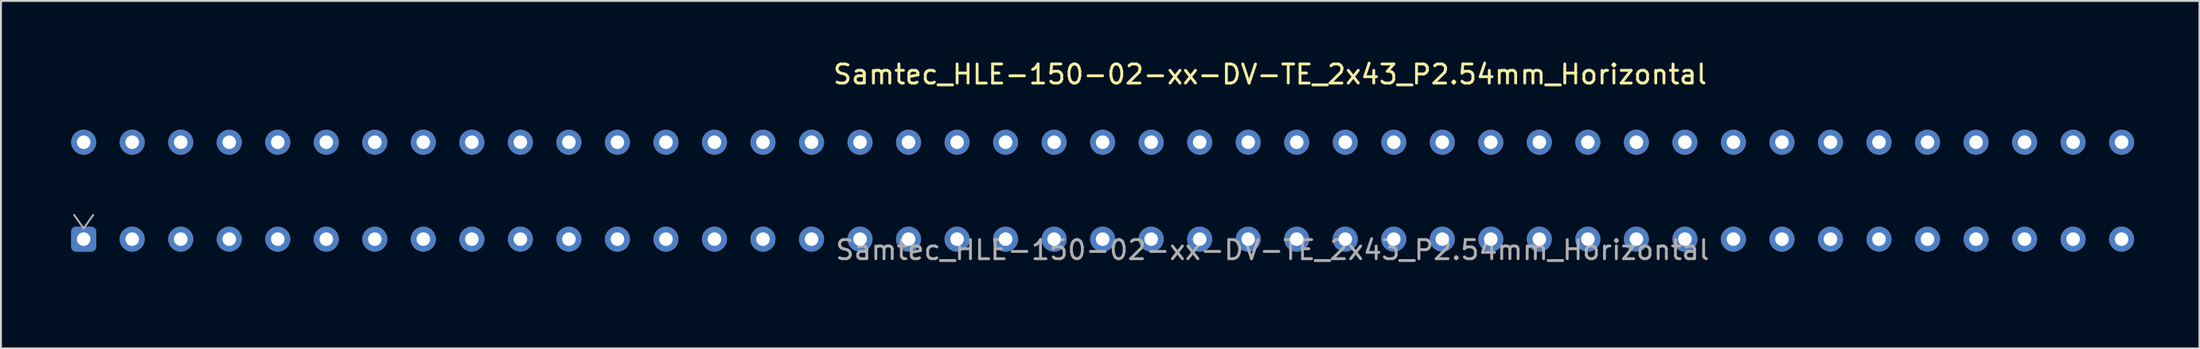
<source format=kicad_pcb>
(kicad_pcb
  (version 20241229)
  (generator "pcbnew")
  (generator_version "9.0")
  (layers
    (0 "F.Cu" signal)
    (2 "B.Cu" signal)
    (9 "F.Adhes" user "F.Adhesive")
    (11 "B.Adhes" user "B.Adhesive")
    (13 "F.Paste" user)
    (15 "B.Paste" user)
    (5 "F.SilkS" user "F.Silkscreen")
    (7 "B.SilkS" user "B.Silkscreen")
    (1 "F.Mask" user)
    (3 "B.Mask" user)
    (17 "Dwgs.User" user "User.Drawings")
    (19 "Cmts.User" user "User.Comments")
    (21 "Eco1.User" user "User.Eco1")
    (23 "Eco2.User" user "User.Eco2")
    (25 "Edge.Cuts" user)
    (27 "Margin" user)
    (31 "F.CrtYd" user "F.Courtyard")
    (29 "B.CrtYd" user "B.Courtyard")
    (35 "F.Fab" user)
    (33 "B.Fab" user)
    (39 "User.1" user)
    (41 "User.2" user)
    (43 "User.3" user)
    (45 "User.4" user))
  (footprint "Samtec_HLE-150-02-xx-DV-TE_2x43_P2.54mm_Horizontal"
    (layer "F.Cu")
    (at 1.33 6.944)
    (property "Reference" "Samtec_HLE-150-02-xx-DV-TE_2x43_P2.54mm_Horizontal" (at 62.103 -6.096 0) (layer "F.SilkS") (effects (font (size 1 1) (thickness 0.15))))
    (attr through_hole)
    (fp_line (start -1.27 -5.08) (end -1.27 5.207) (stroke (width 0.12) (type solid)) (layer "B.Paste"))
    (fp_line (start -1.27 -5.08) (end -1.27 5.207) (stroke (width 0.12) (type solid)) (layer "B.Paste"))
    (fp_line (start -1.27 5.207) (end 107.696 5.08) (stroke (width 0.12) (type solid)) (layer "B.Paste"))
    (fp_line (start 107.696 -5.08) (end -1.27 -5.08) (stroke (width 0.12) (type solid)) (layer "B.Paste"))
    (fp_line (start 107.696 5.08) (end 107.696 -5.08) (stroke (width 0.12) (type solid)) (layer "B.Paste"))
    (fp_line (start 107.696 5.08) (end 107.696 -5.08) (stroke (width 0.12) (type solid)) (layer "B.Paste"))
    (fp_line (start -0.5 1.27) (end 0 1.977) (stroke (width 0.1) (type solid)) (layer "F.Fab"))
    (fp_line (start 0 1.977) (end 0.5 1.27) (stroke (width 0.1) (type solid)) (layer "F.Fab"))
    (fp_text user "${REFERENCE}" (at 62.23 3.11 0) (layer "F.Fab") (effects (font (size 1 1) (thickness 0.15))))
    (pad "1" thru_hole roundrect (at 0 2.54) (size 1.31 1.31) (drill 0.71) (layers "*.Cu" "*.Mask") (roundrect_rratio 0.191))
    (pad "2" thru_hole circle (at 0 -2.54) (size 1.31 1.31) (drill 0.71) (layers "*.Cu" "*.Mask"))
    (pad "3" thru_hole circle (at 2.54 2.54) (size 1.31 1.31) (drill 0.71) (layers "*.Cu" "*.Mask"))
    (pad "4" thru_hole circle (at 2.54 -2.54) (size 1.31 1.31) (drill 0.71) (layers "*.Cu" "*.Mask"))
    (pad "5" thru_hole circle (at 5.08 2.54) (size 1.31 1.31) (drill 0.71) (layers "*.Cu" "*.Mask"))
    (pad "6" thru_hole circle (at 5.08 -2.54) (size 1.31 1.31) (drill 0.71) (layers "*.Cu" "*.Mask"))
    (pad "7" thru_hole circle (at 7.62 2.54) (size 1.31 1.31) (drill 0.71) (layers "*.Cu" "*.Mask"))
    (pad "8" thru_hole circle (at 7.62 -2.54) (size 1.31 1.31) (drill 0.71) (layers "*.Cu" "*.Mask"))
    (pad "9" thru_hole circle (at 10.16 2.54) (size 1.31 1.31) (drill 0.71) (layers "*.Cu" "*.Mask"))
    (pad "10" thru_hole circle (at 10.16 -2.54) (size 1.31 1.31) (drill 0.71) (layers "*.Cu" "*.Mask"))
    (pad "11" thru_hole circle (at 12.7 2.54) (size 1.31 1.31) (drill 0.71) (layers "*.Cu" "*.Mask"))
    (pad "12" thru_hole circle (at 12.7 -2.54) (size 1.31 1.31) (drill 0.71) (layers "*.Cu" "*.Mask"))
    (pad "13" thru_hole circle (at 15.24 2.54) (size 1.31 1.31) (drill 0.71) (layers "*.Cu" "*.Mask"))
    (pad "14" thru_hole circle (at 15.24 -2.54) (size 1.31 1.31) (drill 0.71) (layers "*.Cu" "*.Mask"))
    (pad "15" thru_hole circle (at 17.78 2.54) (size 1.31 1.31) (drill 0.71) (layers "*.Cu" "*.Mask"))
    (pad "16" thru_hole circle (at 17.78 -2.54) (size 1.31 1.31) (drill 0.71) (layers "*.Cu" "*.Mask"))
    (pad "17" thru_hole circle (at 20.32 2.54) (size 1.31 1.31) (drill 0.71) (layers "*.Cu" "*.Mask"))
    (pad "18" thru_hole circle (at 20.32 -2.54) (size 1.31 1.31) (drill 0.71) (layers "*.Cu" "*.Mask"))
    (pad "19" thru_hole circle (at 22.86 2.54) (size 1.31 1.31) (drill 0.71) (layers "*.Cu" "*.Mask"))
    (pad "20" thru_hole circle (at 22.86 -2.54) (size 1.31 1.31) (drill 0.71) (layers "*.Cu" "*.Mask"))
    (pad "21" thru_hole circle (at 25.4 2.54) (size 1.31 1.31) (drill 0.71) (layers "*.Cu" "*.Mask"))
    (pad "22" thru_hole circle (at 25.4 -2.54) (size 1.31 1.31) (drill 0.71) (layers "*.Cu" "*.Mask"))
    (pad "23" thru_hole circle (at 27.94 2.54) (size 1.31 1.31) (drill 0.71) (layers "*.Cu" "*.Mask"))
    (pad "24" thru_hole circle (at 27.94 -2.54) (size 1.31 1.31) (drill 0.71) (layers "*.Cu" "*.Mask"))
    (pad "25" thru_hole circle (at 30.48 2.54) (size 1.31 1.31) (drill 0.71) (layers "*.Cu" "*.Mask"))
    (pad "26" thru_hole circle (at 30.48 -2.54) (size 1.31 1.31) (drill 0.71) (layers "*.Cu" "*.Mask"))
    (pad "27" thru_hole circle (at 33.02 2.54) (size 1.31 1.31) (drill 0.71) (layers "*.Cu" "*.Mask"))
    (pad "28" thru_hole circle (at 33.02 -2.54) (size 1.31 1.31) (drill 0.71) (layers "*.Cu" "*.Mask"))
    (pad "29" thru_hole circle (at 35.56 2.54) (size 1.31 1.31) (drill 0.71) (layers "*.Cu" "*.Mask"))
    (pad "30" thru_hole circle (at 35.56 -2.54) (size 1.31 1.31) (drill 0.71) (layers "*.Cu" "*.Mask"))
    (pad "31" thru_hole circle (at 38.1 2.54) (size 1.31 1.31) (drill 0.71) (layers "*.Cu" "*.Mask"))
    (pad "32" thru_hole circle (at 38.1 -2.54) (size 1.31 1.31) (drill 0.71) (layers "*.Cu" "*.Mask"))
    (pad "33" thru_hole circle (at 40.64 2.54) (size 1.31 1.31) (drill 0.71) (layers "*.Cu" "*.Mask"))
    (pad "34" thru_hole circle (at 40.64 -2.54) (size 1.31 1.31) (drill 0.71) (layers "*.Cu" "*.Mask"))
    (pad "35" thru_hole circle (at 43.18 2.54) (size 1.31 1.31) (drill 0.71) (layers "*.Cu" "*.Mask"))
    (pad "36" thru_hole circle (at 43.18 -2.54) (size 1.31 1.31) (drill 0.71) (layers "*.Cu" "*.Mask"))
    (pad "37" thru_hole circle (at 45.72 2.54) (size 1.31 1.31) (drill 0.71) (layers "*.Cu" "*.Mask"))
    (pad "38" thru_hole circle (at 45.72 -2.54) (size 1.31 1.31) (drill 0.71) (layers "*.Cu" "*.Mask"))
    (pad "39" thru_hole circle (at 48.26 2.54) (size 1.31 1.31) (drill 0.71) (layers "*.Cu" "*.Mask"))
    (pad "40" thru_hole circle (at 48.26 -2.54) (size 1.31 1.31) (drill 0.71) (layers "*.Cu" "*.Mask"))
    (pad "41" thru_hole circle (at 50.8 2.54) (size 1.31 1.31) (drill 0.71) (layers "*.Cu" "*.Mask"))
    (pad "42" thru_hole circle (at 50.8 -2.54) (size 1.31 1.31) (drill 0.71) (layers "*.Cu" "*.Mask"))
    (pad "43" thru_hole circle (at 53.34 2.54) (size 1.31 1.31) (drill 0.71) (layers "*.Cu" "*.Mask"))
    (pad "44" thru_hole circle (at 53.34 -2.54) (size 1.31 1.31) (drill 0.71) (layers "*.Cu" "*.Mask"))
    (pad "45" thru_hole circle (at 55.88 2.54) (size 1.31 1.31) (drill 0.71) (layers "*.Cu" "*.Mask"))
    (pad "46" thru_hole circle (at 55.88 -2.54) (size 1.31 1.31) (drill 0.71) (layers "*.Cu" "*.Mask"))
    (pad "47" thru_hole circle (at 58.42 2.54) (size 1.31 1.31) (drill 0.71) (layers "*.Cu" "*.Mask"))
    (pad "48" thru_hole circle (at 58.42 -2.54) (size 1.31 1.31) (drill 0.71) (layers "*.Cu" "*.Mask"))
    (pad "49" thru_hole circle (at 60.96 2.54) (size 1.31 1.31) (drill 0.71) (layers "*.Cu" "*.Mask"))
    (pad "50" thru_hole circle (at 60.96 -2.54) (size 1.31 1.31) (drill 0.71) (layers "*.Cu" "*.Mask"))
    (pad "51" thru_hole circle (at 63.5 2.54) (size 1.31 1.31) (drill 0.71) (layers "*.Cu" "*.Mask"))
    (pad "52" thru_hole circle (at 63.5 -2.54) (size 1.31 1.31) (drill 0.71) (layers "*.Cu" "*.Mask"))
    (pad "53" thru_hole circle (at 66.04 2.54) (size 1.31 1.31) (drill 0.71) (layers "*.Cu" "*.Mask"))
    (pad "54" thru_hole circle (at 66.04 -2.54) (size 1.31 1.31) (drill 0.71) (layers "*.Cu" "*.Mask"))
    (pad "55" thru_hole circle (at 68.58 2.54) (size 1.31 1.31) (drill 0.71) (layers "*.Cu" "*.Mask"))
    (pad "56" thru_hole circle (at 68.58 -2.54) (size 1.31 1.31) (drill 0.71) (layers "*.Cu" "*.Mask"))
    (pad "57" thru_hole circle (at 71.12 2.54) (size 1.31 1.31) (drill 0.71) (layers "*.Cu" "*.Mask"))
    (pad "58" thru_hole circle (at 71.12 -2.54) (size 1.31 1.31) (drill 0.71) (layers "*.Cu" "*.Mask"))
    (pad "59" thru_hole circle (at 73.66 2.54) (size 1.31 1.31) (drill 0.71) (layers "*.Cu" "*.Mask"))
    (pad "60" thru_hole circle (at 73.66 -2.54) (size 1.31 1.31) (drill 0.71) (layers "*.Cu" "*.Mask"))
    (pad "61" thru_hole circle (at 76.2 2.54) (size 1.31 1.31) (drill 0.71) (layers "*.Cu" "*.Mask"))
    (pad "62" thru_hole circle (at 76.2 -2.54) (size 1.31 1.31) (drill 0.71) (layers "*.Cu" "*.Mask"))
    (pad "63" thru_hole circle (at 78.74 2.54) (size 1.31 1.31) (drill 0.71) (layers "*.Cu" "*.Mask"))
    (pad "64" thru_hole circle (at 78.74 -2.54) (size 1.31 1.31) (drill 0.71) (layers "*.Cu" "*.Mask"))
    (pad "65" thru_hole circle (at 81.28 2.54) (size 1.31 1.31) (drill 0.71) (layers "*.Cu" "*.Mask"))
    (pad "66" thru_hole circle (at 81.28 -2.54) (size 1.31 1.31) (drill 0.71) (layers "*.Cu" "*.Mask"))
    (pad "67" thru_hole circle (at 83.82 2.54) (size 1.31 1.31) (drill 0.71) (layers "*.Cu" "*.Mask"))
    (pad "68" thru_hole circle (at 83.82 -2.54) (size 1.31 1.31) (drill 0.71) (layers "*.Cu" "*.Mask"))
    (pad "69" thru_hole circle (at 86.36 2.54) (size 1.31 1.31) (drill 0.71) (layers "*.Cu" "*.Mask"))
    (pad "70" thru_hole circle (at 86.36 -2.54) (size 1.31 1.31) (drill 0.71) (layers "*.Cu" "*.Mask"))
    (pad "71" thru_hole circle (at 88.9 2.54) (size 1.31 1.31) (drill 0.71) (layers "*.Cu" "*.Mask"))
    (pad "72" thru_hole circle (at 88.9 -2.54) (size 1.31 1.31) (drill 0.71) (layers "*.Cu" "*.Mask"))
    (pad "73" thru_hole circle (at 91.44 2.54) (size 1.31 1.31) (drill 0.71) (layers "*.Cu" "*.Mask"))
    (pad "74" thru_hole circle (at 91.44 -2.54) (size 1.31 1.31) (drill 0.71) (layers "*.Cu" "*.Mask"))
    (pad "75" thru_hole circle (at 93.98 2.54) (size 1.31 1.31) (drill 0.71) (layers "*.Cu" "*.Mask"))
    (pad "76" thru_hole circle (at 93.98 -2.54) (size 1.31 1.31) (drill 0.71) (layers "*.Cu" "*.Mask"))
    (pad "77" thru_hole circle (at 96.52 2.54) (size 1.31 1.31) (drill 0.71) (layers "*.Cu" "*.Mask"))
    (pad "78" thru_hole circle (at 96.52 -2.54) (size 1.31 1.31) (drill 0.71) (layers "*.Cu" "*.Mask"))
    (pad "79" thru_hole circle (at 99.06 2.54) (size 1.31 1.31) (drill 0.71) (layers "*.Cu" "*.Mask"))
    (pad "80" thru_hole circle (at 99.06 -2.54) (size 1.31 1.31) (drill 0.71) (layers "*.Cu" "*.Mask"))
    (pad "81" thru_hole circle (at 101.6 2.54) (size 1.31 1.31) (drill 0.71) (layers "*.Cu" "*.Mask"))
    (pad "82" thru_hole circle (at 101.6 -2.54) (size 1.31 1.31) (drill 0.71) (layers "*.Cu" "*.Mask"))
    (pad "83" thru_hole circle (at 104.14 2.54) (size 1.31 1.31) (drill 0.71) (layers "*.Cu" "*.Mask"))
    (pad "84" thru_hole circle (at 104.14 -2.54) (size 1.31 1.31) (drill 0.71) (layers "*.Cu" "*.Mask"))
    (pad "85" thru_hole circle (at 106.68 2.54) (size 1.31 1.31) (drill 0.71) (layers "*.Cu" "*.Mask"))
    (pad "86" thru_hole circle (at 106.68 -2.54) (size 1.31 1.31) (drill 0.71) (layers "*.Cu" "*.Mask")))
  (gr_rect
    (start -3 -3)
    (end 112.086 15.211)
    (stroke (width 0.1) (type default))
    (fill no)
    (layer "Edge.Cuts")))
</source>
